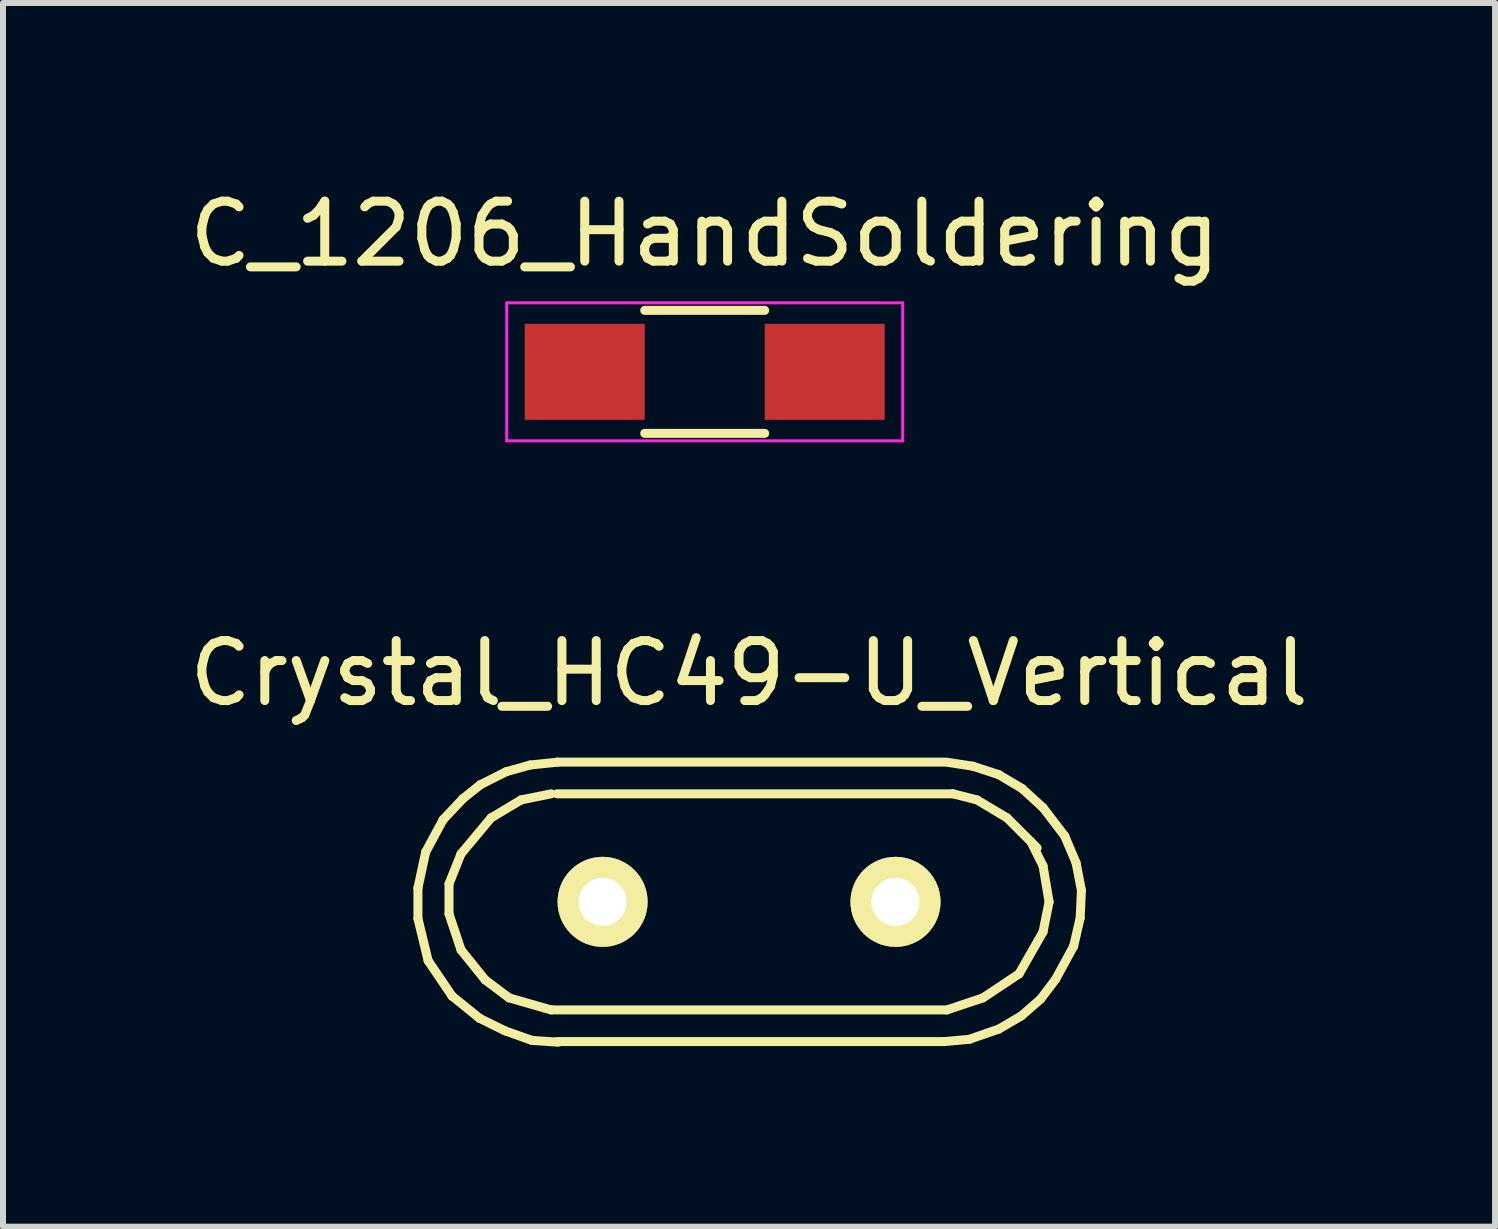
<source format=kicad_pcb>
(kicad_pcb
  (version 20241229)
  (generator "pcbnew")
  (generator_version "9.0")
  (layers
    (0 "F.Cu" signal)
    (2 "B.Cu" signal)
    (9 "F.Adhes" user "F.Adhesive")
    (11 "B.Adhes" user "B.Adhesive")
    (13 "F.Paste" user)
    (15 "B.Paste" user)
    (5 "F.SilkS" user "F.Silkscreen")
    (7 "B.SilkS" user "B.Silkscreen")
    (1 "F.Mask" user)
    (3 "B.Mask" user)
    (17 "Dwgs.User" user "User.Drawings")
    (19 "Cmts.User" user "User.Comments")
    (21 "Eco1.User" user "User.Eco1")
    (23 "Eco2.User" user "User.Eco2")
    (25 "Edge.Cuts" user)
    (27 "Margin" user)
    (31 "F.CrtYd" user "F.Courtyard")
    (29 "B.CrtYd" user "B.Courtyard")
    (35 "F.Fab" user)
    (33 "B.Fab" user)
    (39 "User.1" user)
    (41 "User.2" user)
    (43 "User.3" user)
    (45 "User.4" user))
  (footprint "Crystal_HC49-U_Vertical"
    (layer "F.Cu")
    (at 9.435 11.982)
    (property "Reference" "Crystal_HC49-U_Vertical" (at 0 -3.81 0) (layer "F.SilkS") (effects (font (size 1 1) (thickness 0.15))))
    (attr through_hole)
    (fp_line (start -5.519 -0.231) (end -5.519 0.279) (stroke (width 0.15) (type solid)) (layer "F.SilkS"))
    (fp_line (start -5.519 0.279) (end -5.349 0.98) (stroke (width 0.15) (type solid)) (layer "F.SilkS"))
    (fp_line (start -5.39 -0.831) (end -5.519 -0.231) (stroke (width 0.15) (type solid)) (layer "F.SilkS"))
    (fp_line (start -5.349 0.98) (end -4.95 1.57) (stroke (width 0.15) (type solid)) (layer "F.SilkS"))
    (fp_line (start -5.1 -1.369) (end -5.39 -0.831) (stroke (width 0.15) (type solid)) (layer "F.SilkS"))
    (fp_line (start -5.001 -0.3) (end -4.801 -0.8) (stroke (width 0.15) (type solid)) (layer "F.SilkS"))
    (fp_line (start -5.001 0.201) (end -5.001 -0.3) (stroke (width 0.15) (type solid)) (layer "F.SilkS"))
    (fp_line (start -4.95 1.57) (end -4.491 1.941) (stroke (width 0.15) (type solid)) (layer "F.SilkS"))
    (fp_line (start -4.801 -0.8) (end -4.3 -1.4) (stroke (width 0.15) (type solid)) (layer "F.SilkS"))
    (fp_line (start -4.801 0.8) (end -5.001 0.201) (stroke (width 0.15) (type solid)) (layer "F.SilkS"))
    (fp_line (start -4.77 -1.72) (end -5.1 -1.369) (stroke (width 0.15) (type solid)) (layer "F.SilkS"))
    (fp_line (start -4.491 1.941) (end -4.069 2.149) (stroke (width 0.15) (type solid)) (layer "F.SilkS"))
    (fp_line (start -4.481 -1.951) (end -4.77 -1.72) (stroke (width 0.15) (type solid)) (layer "F.SilkS"))
    (fp_line (start -4.399 1.3) (end -4.801 0.8) (stroke (width 0.15) (type solid)) (layer "F.SilkS"))
    (fp_line (start -4.3 -1.4) (end -3.8 -1.699) (stroke (width 0.15) (type solid)) (layer "F.SilkS"))
    (fp_line (start -4.069 2.149) (end -3.619 2.309) (stroke (width 0.15) (type solid)) (layer "F.SilkS"))
    (fp_line (start -4.049 -2.169) (end -4.481 -1.951) (stroke (width 0.15) (type solid)) (layer "F.SilkS"))
    (fp_line (start -4 1.6) (end -4.399 1.3) (stroke (width 0.15) (type solid)) (layer "F.SilkS"))
    (fp_line (start -3.8 -1.699) (end -3.299 -1.801) (stroke (width 0.15) (type solid)) (layer "F.SilkS"))
    (fp_line (start -3.65 -2.281) (end -4.049 -2.169) (stroke (width 0.15) (type solid)) (layer "F.SilkS"))
    (fp_line (start -3.619 2.309) (end -3.18 2.339) (stroke (width 0.15) (type solid)) (layer "F.SilkS"))
    (fp_line (start -3.299 1.801) (end -4 1.6) (stroke (width 0.15) (type solid)) (layer "F.SilkS"))
    (fp_line (start -3.2 -2.329) (end 3.251 -2.329) (stroke (width 0.15) (type solid)) (layer "F.SilkS"))
    (fp_line (start -3.2 -1.801) (end 3.401 -1.801) (stroke (width 0.15) (type solid)) (layer "F.SilkS"))
    (fp_line (start -3.2 2.329) (end 3.251 2.329) (stroke (width 0.15) (type solid)) (layer "F.SilkS"))
    (fp_line (start -3.19 -2.329) (end -3.65 -2.281) (stroke (width 0.15) (type solid)) (layer "F.SilkS"))
    (fp_line (start 3.251 2.329) (end 3.67 2.291) (stroke (width 0.15) (type solid)) (layer "F.SilkS"))
    (fp_line (start 3.299 1.801) (end -3.299 1.801) (stroke (width 0.15) (type solid)) (layer "F.SilkS"))
    (fp_line (start 3.401 -1.801) (end 3.8 -1.699) (stroke (width 0.15) (type solid)) (layer "F.SilkS"))
    (fp_line (start 3.67 2.291) (end 4.161 2.121) (stroke (width 0.15) (type solid)) (layer "F.SilkS"))
    (fp_line (start 3.731 -2.261) (end 3.289 -2.329) (stroke (width 0.15) (type solid)) (layer "F.SilkS"))
    (fp_line (start 3.8 -1.699) (end 4.3 -1.4) (stroke (width 0.15) (type solid)) (layer "F.SilkS"))
    (fp_line (start 3.899 1.6) (end 3.299 1.801) (stroke (width 0.15) (type solid)) (layer "F.SilkS"))
    (fp_line (start 4.161 -2.121) (end 3.731 -2.261) (stroke (width 0.15) (type solid)) (layer "F.SilkS"))
    (fp_line (start 4.161 2.121) (end 4.539 1.9) (stroke (width 0.15) (type solid)) (layer "F.SilkS"))
    (fp_line (start 4.3 -1.4) (end 4.801 -0.899) (stroke (width 0.15) (type solid)) (layer "F.SilkS"))
    (fp_line (start 4.501 1.199) (end 3.899 1.6) (stroke (width 0.15) (type solid)) (layer "F.SilkS"))
    (fp_line (start 4.539 1.9) (end 4.859 1.621) (stroke (width 0.15) (type solid)) (layer "F.SilkS"))
    (fp_line (start 4.549 -1.89) (end 4.161 -2.121) (stroke (width 0.15) (type solid)) (layer "F.SilkS"))
    (fp_line (start 4.699 -1.001) (end 4.9 -0.599) (stroke (width 0.15) (type solid)) (layer "F.SilkS"))
    (fp_line (start 4.859 1.621) (end 5.11 1.29) (stroke (width 0.15) (type solid)) (layer "F.SilkS"))
    (fp_line (start 4.9 -1.57) (end 4.549 -1.89) (stroke (width 0.15) (type solid)) (layer "F.SilkS"))
    (fp_line (start 4.9 -0.599) (end 5.001 0) (stroke (width 0.15) (type solid)) (layer "F.SilkS"))
    (fp_line (start 4.9 0.5) (end 4.501 1.199) (stroke (width 0.15) (type solid)) (layer "F.SilkS"))
    (fp_line (start 5.001 0) (end 4.9 0.5) (stroke (width 0.15) (type solid)) (layer "F.SilkS"))
    (fp_line (start 5.11 1.29) (end 5.41 0.739) (stroke (width 0.15) (type solid)) (layer "F.SilkS"))
    (fp_line (start 5.26 -1.1) (end 4.9 -1.57) (stroke (width 0.15) (type solid)) (layer "F.SilkS"))
    (fp_line (start 5.41 0.739) (end 5.519 0.269) (stroke (width 0.15) (type solid)) (layer "F.SilkS"))
    (fp_line (start 5.451 -0.65) (end 5.26 -1.1) (stroke (width 0.15) (type solid)) (layer "F.SilkS"))
    (fp_line (start 5.519 0.269) (end 5.54 -0.191) (stroke (width 0.15) (type solid)) (layer "F.SilkS"))
    (fp_line (start 5.54 -0.191) (end 5.451 -0.65) (stroke (width 0.15) (type solid)) (layer "F.SilkS"))
    (pad "1" thru_hole circle (at -2.441 0) (size 1.501 1.501) (drill 0.8) (layers "*.Cu" "*.Mask" "F.SilkS"))
    (pad "2" thru_hole circle (at 2.441 0) (size 1.501 1.501) (drill 0.8) (layers "*.Cu" "*.Mask" "F.SilkS")))
  (footprint "C_1206_HandSoldering"
    (layer "F.Cu")
    (at 8.696 3.148)
    (property "Reference" "C_1206_HandSoldering" (at 0 -2.3 0) (layer "F.SilkS") (effects (font (size 1 1) (thickness 0.15))))
    (attr smd)
    (fp_line (start -1 1.025) (end 1 1.025) (stroke (width 0.15) (type solid)) (layer "F.SilkS"))
    (fp_line (start 1 -1.025) (end -1 -1.025) (stroke (width 0.15) (type solid)) (layer "F.SilkS"))
    (fp_line (start -3.3 -1.15) (end -3.3 1.15) (stroke (width 0.05) (type solid)) (layer "F.CrtYd"))
    (fp_line (start -3.3 -1.15) (end 3.3 -1.15) (stroke (width 0.05) (type solid)) (layer "F.CrtYd"))
    (fp_line (start -3.3 1.15) (end 3.3 1.15) (stroke (width 0.05) (type solid)) (layer "F.CrtYd"))
    (fp_line (start 3.3 -1.15) (end 3.3 1.15) (stroke (width 0.05) (type solid)) (layer "F.CrtYd"))
    (pad "1" smd rect (at -2 0) (size 2 1.6) (layers "F.Cu" "F.Mask" "F.Paste"))
    (pad "2" smd rect (at 2 0) (size 2 1.6) (layers "F.Cu" "F.Mask" "F.Paste")))
  (gr_rect
    (start -3 -3)
    (end 21.869 17.396)
    (stroke (width 0.1) (type default))
    (fill no)
    (layer "Edge.Cuts")))
</source>
